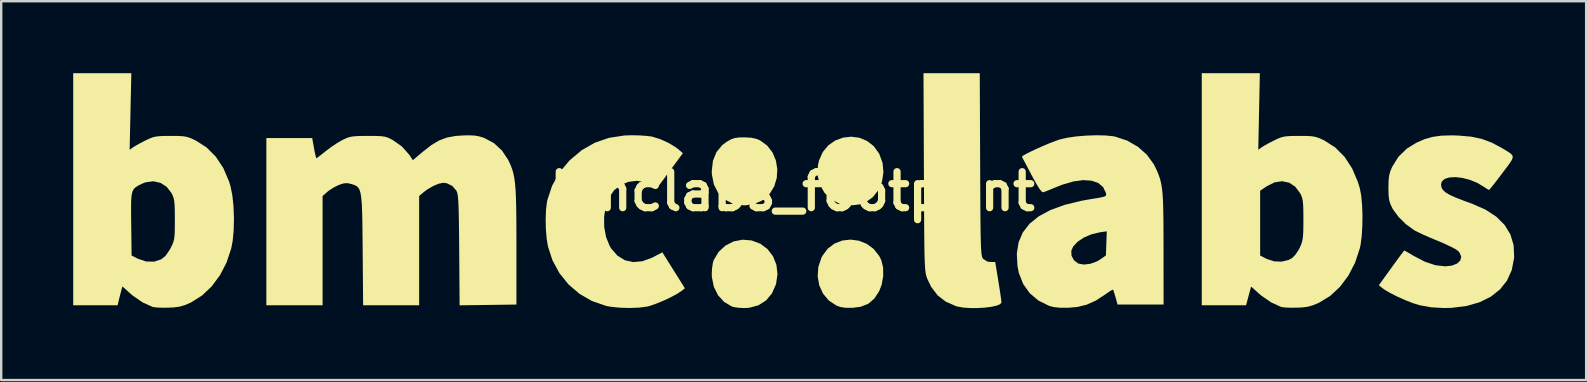
<source format=kicad_pcb>
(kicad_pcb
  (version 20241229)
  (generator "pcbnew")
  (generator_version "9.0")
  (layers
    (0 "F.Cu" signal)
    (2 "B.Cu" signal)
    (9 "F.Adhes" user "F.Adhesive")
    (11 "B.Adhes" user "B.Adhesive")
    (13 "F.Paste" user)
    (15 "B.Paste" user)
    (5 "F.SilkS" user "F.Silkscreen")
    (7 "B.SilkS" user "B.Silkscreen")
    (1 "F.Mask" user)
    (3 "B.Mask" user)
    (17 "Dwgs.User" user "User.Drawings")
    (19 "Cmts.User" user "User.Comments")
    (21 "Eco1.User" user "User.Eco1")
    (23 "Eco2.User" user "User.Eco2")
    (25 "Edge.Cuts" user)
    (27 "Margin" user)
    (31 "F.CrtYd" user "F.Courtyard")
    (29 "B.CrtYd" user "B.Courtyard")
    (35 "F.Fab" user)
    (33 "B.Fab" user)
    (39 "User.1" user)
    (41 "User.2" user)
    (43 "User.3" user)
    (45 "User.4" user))
  (footprint "bmclabs_footprint"
    (layer "F.Cu")
    (at 29.964 4.924)
    (property "Reference" "bmclabs_footprint" (at 0 0 0) (layer "F.SilkS") (effects (font (size 1.5 1.5) (thickness 0.3))))
    (attr board_only exclude_from_pos_files exclude_from_bom)
    (fp_poly (pts (xy 2.786 -2.235) (xy 3.106 -2.104) (xy 3.387 -1.886) (xy 3.61 -1.578) (xy 3.615 -1.568) (xy 3.755 -1.187) (xy 3.791 -0.793) (xy 3.732 -0.41) (xy 3.582 -0.058) (xy 3.348 0.24) (xy 3.039 0.463) (xy 2.804 0.54) (xy 2.51 0.577) (xy 2.212 0.57) (xy 1.966 0.518) (xy 1.609 0.326) (xy 1.332 0.054) (xy 1.143 -0.281) (xy 1.049 -0.661) (xy 1.06 -1.072) (xy 1.108 -1.29) (xy 1.265 -1.642) (xy 1.496 -1.92) (xy 1.782 -2.12) (xy 2.105 -2.24) (xy 2.446 -2.279)) (stroke (width 0) (type solid)) (fill yes) (layer "F.SilkS"))
    (fp_poly (pts (xy 2.766 2.054) (xy 3.093 2.184) (xy 3.382 2.396) (xy 3.614 2.689) (xy 3.702 2.865) (xy 3.777 3.169) (xy 3.782 3.523) (xy 3.719 3.879) (xy 3.618 4.147) (xy 3.411 4.466) (xy 3.158 4.682) (xy 2.84 4.807) (xy 2.503 4.85) (xy 2.212 4.849) (xy 1.994 4.815) (xy 1.831 4.755) (xy 1.514 4.545) (xy 1.275 4.259) (xy 1.118 3.917) (xy 1.051 3.54) (xy 1.079 3.148) (xy 1.208 2.761) (xy 1.244 2.69) (xy 1.469 2.387) (xy 1.753 2.173) (xy 2.076 2.047) (xy 2.421 2.008)) (stroke (width 0) (type solid)) (fill yes) (layer "F.SilkS"))
    (fp_poly (pts (xy -1.702 2.043) (xy -1.335 2.181) (xy -1.034 2.408) (xy -0.808 2.707) (xy -0.668 3.058) (xy -0.623 3.446) (xy -0.682 3.853) (xy -0.686 3.867) (xy -0.852 4.247) (xy -1.099 4.542) (xy -1.418 4.745) (xy -1.799 4.848) (xy -2.016 4.86) (xy -2.237 4.848) (xy -2.431 4.821) (xy -2.52 4.797) (xy -2.846 4.605) (xy -3.1 4.326) (xy -3.274 3.977) (xy -3.357 3.573) (xy -3.362 3.436) (xy -3.349 3.199) (xy -3.315 2.981) (xy -3.282 2.865) (xy -3.077 2.523) (xy -2.795 2.259) (xy -2.455 2.085) (xy -2.077 2.012)) (stroke (width 0) (type solid)) (fill yes) (layer "F.SilkS"))
    (fp_poly (pts (xy -1.717 -2.237) (xy -1.489 -2.186) (xy -1.351 -2.126) (xy -1.05 -1.907) (xy -0.829 -1.619) (xy -0.689 -1.284) (xy -0.63 -0.924) (xy -0.653 -0.559) (xy -0.759 -0.211) (xy -0.947 0.099) (xy -1.219 0.348) (xy -1.29 0.393) (xy -1.603 0.522) (xy -1.956 0.581) (xy -2.3 0.565) (xy -2.481 0.517) (xy -2.832 0.328) (xy -3.098 0.056) (xy -3.274 -0.29) (xy -3.356 -0.704) (xy -3.361 -0.849) (xy -3.312 -1.275) (xy -3.165 -1.638) (xy -2.921 -1.933) (xy -2.734 -2.071) (xy -2.554 -2.171) (xy -2.392 -2.226) (xy -2.197 -2.249) (xy -2.016 -2.252)) (stroke (width 0) (type solid)) (fill yes) (layer "F.SilkS"))
    (fp_poly (pts (xy 7.82 -1.117) (xy 7.823 -0.346) (xy 7.827 0.314) (xy 7.83 0.871) (xy 7.834 1.336) (xy 7.839 1.717) (xy 7.846 2.022) (xy 7.853 2.261) (xy 7.863 2.443) (xy 7.874 2.577) (xy 7.888 2.672) (xy 7.904 2.736) (xy 7.923 2.78) (xy 7.946 2.811) (xy 7.951 2.816) (xy 8.119 2.921) (xy 8.257 2.942) (xy 8.448 2.942) (xy 8.579 3.738) (xy 8.627 4.04) (xy 8.667 4.304) (xy 8.695 4.505) (xy 8.708 4.618) (xy 8.708 4.628) (xy 8.651 4.7) (xy 8.498 4.762) (xy 8.272 4.81) (xy 7.996 4.844) (xy 7.694 4.861) (xy 7.389 4.859) (xy 7.104 4.838) (xy 6.864 4.794) (xy 6.815 4.78) (xy 6.389 4.594) (xy 6.047 4.329) (xy 5.779 3.976) (xy 5.63 3.668) (xy 5.604 3.601) (xy 5.581 3.535) (xy 5.561 3.461) (xy 5.545 3.369) (xy 5.531 3.251) (xy 5.52 3.097) (xy 5.511 2.899) (xy 5.503 2.647) (xy 5.497 2.333) (xy 5.492 1.947) (xy 5.488 1.481) (xy 5.485 0.924) (xy 5.482 0.269) (xy 5.479 -0.494) (xy 5.477 -0.796) (xy 5.46 -4.924) (xy 6.632 -4.924) (xy 7.804 -4.924)) (stroke (width 0) (type solid)) (fill yes) (layer "F.SilkS"))
    (fp_poly (pts (xy -6.38 -2.333) (xy -6.107 -2.315) (xy -5.891 -2.29) (xy -5.831 -2.278) (xy -5.505 -2.175) (xy -5.168 -2.023) (xy -4.873 -1.846) (xy -4.759 -1.759) (xy -4.565 -1.591) (xy -5.109 -0.855) (xy -5.654 -0.119) (xy -5.815 -0.233) (xy -6.129 -0.388) (xy -6.477 -0.442) (xy -6.83 -0.399) (xy -7.16 -0.263) (xy -7.428 -0.05) (xy -7.637 0.256) (xy -7.777 0.633) (xy -7.846 1.051) (xy -7.842 1.484) (xy -7.765 1.903) (xy -7.612 2.278) (xy -7.547 2.385) (xy -7.286 2.681) (xy -6.979 2.869) (xy -6.632 2.945) (xy -6.253 2.91) (xy -5.849 2.762) (xy -5.807 2.741) (xy -5.42 2.539) (xy -4.951 3.287) (xy -4.481 4.036) (xy -4.627 4.151) (xy -4.812 4.272) (xy -5.073 4.411) (xy -5.373 4.552) (xy -5.673 4.676) (xy -5.935 4.768) (xy -6.053 4.798) (xy -6.381 4.841) (xy -6.777 4.857) (xy -7.188 4.845) (xy -7.565 4.807) (xy -7.77 4.768) (xy -8.349 4.568) (xy -8.871 4.268) (xy -9.327 3.878) (xy -9.706 3.409) (xy -9.997 2.872) (xy -10.183 2.305) (xy -10.239 1.973) (xy -10.272 1.577) (xy -10.281 1.159) (xy -10.266 0.763) (xy -10.226 0.43) (xy -10.211 0.36) (xy -10.012 -0.237) (xy -9.706 -0.787) (xy -9.299 -1.277) (xy -9.283 -1.293) (xy -8.781 -1.715) (xy -8.237 -2.027) (xy -7.645 -2.231) (xy -6.997 -2.33) (xy -6.666 -2.34)) (stroke (width 0) (type solid)) (fill yes) (layer "F.SilkS"))
    (fp_poly (pts (xy 19.44 -3.329) (xy 19.407 -1.735) (xy 19.536 -1.83) (xy 19.655 -1.905) (xy 19.841 -2.008) (xy 20.056 -2.119) (xy 20.056 -2.119) (xy 20.237 -2.204) (xy 20.387 -2.26) (xy 20.542 -2.292) (xy 20.735 -2.307) (xy 21.003 -2.312) (xy 21.108 -2.312) (xy 21.406 -2.31) (xy 21.62 -2.299) (xy 21.783 -2.272) (xy 21.932 -2.225) (xy 22.101 -2.149) (xy 22.164 -2.118) (xy 22.616 -1.829) (xy 23 -1.442) (xy 23.316 -0.96) (xy 23.56 -0.385) (xy 23.64 -0.12) (xy 23.697 0.182) (xy 23.732 0.567) (xy 23.748 0.999) (xy 23.742 1.444) (xy 23.716 1.865) (xy 23.669 2.227) (xy 23.638 2.37) (xy 23.44 2.969) (xy 23.161 3.508) (xy 22.812 3.974) (xy 22.403 4.354) (xy 21.944 4.634) (xy 21.941 4.636) (xy 21.698 4.739) (xy 21.485 4.801) (xy 21.248 4.833) (xy 21.018 4.844) (xy 20.762 4.846) (xy 20.537 4.837) (xy 20.382 4.818) (xy 20.356 4.811) (xy 19.946 4.625) (xy 19.537 4.344) (xy 19.414 4.239) (xy 19.108 3.964) (xy 19.003 4.354) (xy 18.897 4.744) (xy 17.975 4.744) (xy 17.053 4.744) (xy 17.053 2.672) (xy 19.485 2.672) (xy 19.756 2.811) (xy 20.061 2.913) (xy 20.381 2.926) (xy 20.678 2.853) (xy 20.819 2.775) (xy 20.947 2.646) (xy 21.078 2.455) (xy 21.144 2.329) (xy 21.202 2.189) (xy 21.242 2.054) (xy 21.267 1.898) (xy 21.281 1.693) (xy 21.286 1.413) (xy 21.287 1.171) (xy 21.285 0.828) (xy 21.278 0.581) (xy 21.262 0.403) (xy 21.234 0.27) (xy 21.192 0.157) (xy 21.149 0.073) (xy 20.947 -0.196) (xy 20.693 -0.363) (xy 20.4 -0.425) (xy 20.087 -0.377) (xy 19.777 -0.225) (xy 19.485 -0.03) (xy 19.485 1.321) (xy 19.485 2.672) (xy 17.053 2.672) (xy 17.053 -0.09) (xy 17.053 -4.924) (xy 18.263 -4.924) (xy 19.473 -4.924)) (stroke (width 0) (type solid)) (fill yes) (layer "F.SilkS"))
    (fp_poly (pts (xy -27.578 -3.328) (xy -27.613 -1.733) (xy -27.482 -1.829) (xy -27.363 -1.904) (xy -27.176 -2.008) (xy -26.961 -2.119) (xy -26.78 -2.204) (xy -26.63 -2.26) (xy -26.475 -2.292) (xy -26.282 -2.307) (xy -26.014 -2.312) (xy -25.909 -2.312) (xy -25.61 -2.31) (xy -25.397 -2.299) (xy -25.234 -2.272) (xy -25.085 -2.225) (xy -24.918 -2.149) (xy -24.858 -2.12) (xy -24.409 -1.832) (xy -24.024 -1.447) (xy -23.709 -0.971) (xy -23.471 -0.413) (xy -23.413 -0.224) (xy -23.335 0.16) (xy -23.286 0.621) (xy -23.267 1.118) (xy -23.278 1.613) (xy -23.321 2.065) (xy -23.379 2.372) (xy -23.574 2.959) (xy -23.85 3.492) (xy -24.195 3.957) (xy -24.597 4.338) (xy -25.045 4.62) (xy -25.076 4.636) (xy -25.319 4.739) (xy -25.532 4.801) (xy -25.769 4.833) (xy -25.999 4.844) (xy -26.255 4.846) (xy -26.48 4.837) (xy -26.635 4.818) (xy -26.661 4.811) (xy -27.073 4.624) (xy -27.485 4.34) (xy -27.607 4.235) (xy -27.916 3.958) (xy -27.976 4.185) (xy -28.027 4.384) (xy -28.072 4.564) (xy -28.075 4.579) (xy -28.115 4.744) (xy -29.039 4.744) (xy -29.964 4.744) (xy -29.964 0.665) (xy -27.554 0.665) (xy -27.552 1.046) (xy -27.548 1.357) (xy -27.532 2.672) (xy -27.264 2.807) (xy -26.928 2.92) (xy -26.595 2.927) (xy -26.3 2.831) (xy -26.118 2.685) (xy -25.95 2.443) (xy -25.91 2.37) (xy -25.839 2.226) (xy -25.789 2.102) (xy -25.758 1.972) (xy -25.74 1.809) (xy -25.732 1.586) (xy -25.73 1.277) (xy -25.73 1.175) (xy -25.732 0.832) (xy -25.739 0.583) (xy -25.755 0.405) (xy -25.782 0.272) (xy -25.825 0.159) (xy -25.868 0.073) (xy -26.069 -0.19) (xy -26.33 -0.357) (xy -26.63 -0.422) (xy -26.95 -0.379) (xy -27.129 -0.307) (xy -27.266 -0.236) (xy -27.37 -0.169) (xy -27.447 -0.091) (xy -27.499 0.016) (xy -27.532 0.166) (xy -27.549 0.377) (xy -27.554 0.665) (xy -29.964 0.665) (xy -29.964 -0.09) (xy -29.964 -4.924) (xy -28.753 -4.924) (xy -27.543 -4.924)) (stroke (width 0) (type solid)) (fill yes) (layer "F.SilkS"))
    (fp_poly (pts (xy -13.23 -2.325) (xy -13.043 -2.291) (xy -12.847 -2.228) (xy -12.826 -2.22) (xy -12.435 -2.01) (xy -12.102 -1.703) (xy -11.843 -1.315) (xy -11.815 -1.257) (xy -11.741 -1.093) (xy -11.679 -0.932) (xy -11.629 -0.761) (xy -11.589 -0.568) (xy -11.558 -0.341) (xy -11.535 -0.066) (xy -11.519 0.268) (xy -11.508 0.675) (xy -11.502 1.168) (xy -11.5 1.758) (xy -11.499 2.282) (xy -11.499 4.714) (xy -12.682 4.73) (xy -13.866 4.746) (xy -13.883 2.448) (xy -13.888 1.852) (xy -13.894 1.364) (xy -13.901 0.973) (xy -13.909 0.665) (xy -13.919 0.431) (xy -13.933 0.257) (xy -13.949 0.131) (xy -13.97 0.043) (xy -13.995 -0.021) (xy -14.002 -0.033) (xy -14.17 -0.227) (xy -14.4 -0.34) (xy -14.549 -0.359) (xy -14.735 -0.321) (xy -14.968 -0.223) (xy -15.206 -0.086) (xy -15.357 0.026) (xy -15.552 0.191) (xy -15.552 2.467) (xy -15.552 4.744) (xy -16.719 4.744) (xy -17.886 4.744) (xy -17.905 2.447) (xy -17.911 1.818) (xy -17.917 1.298) (xy -17.926 0.876) (xy -17.94 0.542) (xy -17.961 0.283) (xy -17.99 0.089) (xy -18.029 -0.051) (xy -18.081 -0.148) (xy -18.146 -0.214) (xy -18.228 -0.258) (xy -18.327 -0.293) (xy -18.373 -0.307) (xy -18.545 -0.345) (xy -18.699 -0.333) (xy -18.889 -0.272) (xy -19.108 -0.166) (xy -19.317 -0.03) (xy -19.372 0.014) (xy -19.575 0.193) (xy -19.575 2.468) (xy -19.575 4.744) (xy -20.746 4.744) (xy -21.917 4.744) (xy -21.917 1.261) (xy -21.917 -2.222) (xy -20.962 -2.222) (xy -20.007 -2.222) (xy -19.932 -1.801) (xy -19.892 -1.595) (xy -19.857 -1.446) (xy -19.834 -1.382) (xy -19.833 -1.381) (xy -19.778 -1.416) (xy -19.655 -1.51) (xy -19.487 -1.643) (xy -19.437 -1.683) (xy -19.204 -1.858) (xy -18.952 -2.025) (xy -18.735 -2.149) (xy -18.583 -2.219) (xy -18.446 -2.266) (xy -18.293 -2.293) (xy -18.093 -2.307) (xy -17.815 -2.312) (xy -17.684 -2.312) (xy -17.374 -2.31) (xy -17.154 -2.302) (xy -16.995 -2.282) (xy -16.866 -2.245) (xy -16.738 -2.186) (xy -16.644 -2.135) (xy -16.269 -1.871) (xy -15.962 -1.524) (xy -15.908 -1.444) (xy -15.814 -1.3) (xy -15.403 -1.649) (xy -15.046 -1.927) (xy -14.723 -2.121) (xy -14.396 -2.243) (xy -14.033 -2.31) (xy -13.751 -2.33) (xy -13.452 -2.337)) (stroke (width 0) (type solid)) (fill yes) (layer "F.SilkS"))
    (fp_poly (pts (xy 13.065 -2.329) (xy 13.383 -2.295) (xy 13.442 -2.283) (xy 13.939 -2.119) (xy 14.385 -1.864) (xy 14.762 -1.533) (xy 15.05 -1.138) (xy 15.119 -1.005) (xy 15.201 -0.826) (xy 15.268 -0.659) (xy 15.323 -0.491) (xy 15.366 -0.308) (xy 15.399 -0.097) (xy 15.423 0.155) (xy 15.44 0.463) (xy 15.45 0.84) (xy 15.457 1.299) (xy 15.459 1.854) (xy 15.46 2.372) (xy 15.462 4.714) (xy 14.503 4.714) (xy 13.545 4.714) (xy 13.461 4.413) (xy 13.41 4.24) (xy 13.37 4.121) (xy 13.357 4.091) (xy 13.302 4.112) (xy 13.18 4.188) (xy 13.04 4.287) (xy 12.638 4.549) (xy 12.257 4.72) (xy 11.858 4.816) (xy 11.499 4.847) (xy 11.14 4.846) (xy 10.867 4.816) (xy 10.694 4.769) (xy 10.249 4.548) (xy 9.888 4.243) (xy 9.614 3.859) (xy 9.434 3.403) (xy 9.375 3.11) (xy 9.348 2.591) (xy 9.366 2.473) (xy 11.617 2.473) (xy 11.627 2.681) (xy 11.731 2.872) (xy 11.905 3.004) (xy 11.908 3.005) (xy 12.138 3.048) (xy 12.412 3.016) (xy 12.684 2.917) (xy 12.812 2.841) (xy 13.06 2.667) (xy 13.078 2.166) (xy 13.095 1.664) (xy 12.817 1.702) (xy 12.466 1.784) (xy 12.146 1.92) (xy 11.882 2.095) (xy 11.696 2.295) (xy 11.617 2.473) (xy 9.366 2.473) (xy 9.421 2.126) (xy 9.596 1.713) (xy 9.874 1.352) (xy 10.257 1.041) (xy 10.746 0.777) (xy 11.344 0.56) (xy 12.051 0.388) (xy 12.418 0.324) (xy 12.71 0.277) (xy 12.902 0.24) (xy 13.013 0.208) (xy 13.063 0.17) (xy 13.071 0.121) (xy 13.059 0.063) (xy 12.943 -0.18) (xy 12.74 -0.35) (xy 12.46 -0.447) (xy 12.113 -0.47) (xy 11.708 -0.416) (xy 11.256 -0.284) (xy 11.075 -0.214) (xy 10.833 -0.115) (xy 10.628 -0.032) (xy 10.487 0.023) (xy 10.448 0.037) (xy 10.39 0.014) (xy 10.303 -0.09) (xy 10.182 -0.283) (xy 10.019 -0.575) (xy 9.968 -0.671) (xy 9.825 -0.941) (xy 9.704 -1.172) (xy 9.613 -1.343) (xy 9.566 -1.435) (xy 9.561 -1.444) (xy 9.603 -1.486) (xy 9.735 -1.562) (xy 9.934 -1.662) (xy 10.177 -1.776) (xy 10.443 -1.894) (xy 10.709 -2.006) (xy 10.953 -2.101) (xy 11.139 -2.165) (xy 11.446 -2.236) (xy 11.829 -2.291) (xy 12.251 -2.325) (xy 12.675 -2.339)) (stroke (width 0) (type solid)) (fill yes) (layer "F.SilkS"))
    (fp_poly (pts (xy 27.74 -2.327) (xy 28.266 -2.282) (xy 28.719 -2.187) (xy 29.139 -2.03) (xy 29.558 -1.805) (xy 29.772 -1.677) (xy 29.918 -1.581) (xy 29.997 -1.496) (xy 30.008 -1.401) (xy 29.951 -1.275) (xy 29.828 -1.097) (xy 29.638 -0.845) (xy 29.571 -0.756) (xy 29.384 -0.509) (xy 29.222 -0.301) (xy 29.1 -0.148) (xy 29.03 -0.068) (xy 29.02 -0.06) (xy 28.957 -0.092) (xy 28.838 -0.169) (xy 28.808 -0.19) (xy 28.527 -0.357) (xy 28.223 -0.481) (xy 27.918 -0.561) (xy 27.628 -0.595) (xy 27.375 -0.582) (xy 27.177 -0.522) (xy 27.054 -0.414) (xy 27.021 -0.293) (xy 27.037 -0.172) (xy 27.094 -0.064) (xy 27.204 0.038) (xy 27.381 0.144) (xy 27.638 0.26) (xy 27.988 0.396) (xy 28.305 0.511) (xy 28.867 0.755) (xy 29.323 1.052) (xy 29.672 1.4) (xy 29.913 1.797) (xy 30.045 2.242) (xy 30.068 2.735) (xy 30.064 2.783) (xy 29.968 3.277) (xy 29.771 3.712) (xy 29.479 4.082) (xy 29.096 4.385) (xy 28.629 4.617) (xy 28.082 4.774) (xy 27.461 4.851) (xy 27.141 4.859) (xy 26.605 4.828) (xy 26.125 4.741) (xy 26.121 4.739) (xy 25.84 4.651) (xy 25.521 4.526) (xy 25.196 4.381) (xy 24.899 4.231) (xy 24.664 4.092) (xy 24.57 4.024) (xy 24.431 3.907) (xy 24.953 3.185) (xy 25.137 2.932) (xy 25.294 2.717) (xy 25.413 2.559) (xy 25.48 2.472) (xy 25.49 2.462) (xy 25.545 2.49) (xy 25.675 2.565) (xy 25.852 2.67) (xy 25.854 2.672) (xy 26.34 2.926) (xy 26.786 3.075) (xy 27.196 3.122) (xy 27.479 3.091) (xy 27.692 3.005) (xy 27.824 2.879) (xy 27.863 2.725) (xy 27.798 2.558) (xy 27.723 2.473) (xy 27.616 2.401) (xy 27.422 2.3) (xy 27.17 2.181) (xy 26.884 2.059) (xy 26.85 2.045) (xy 26.552 1.921) (xy 26.274 1.799) (xy 26.047 1.692) (xy 25.899 1.615) (xy 25.893 1.611) (xy 25.551 1.36) (xy 25.249 1.06) (xy 25.02 0.748) (xy 24.99 0.693) (xy 24.91 0.525) (xy 24.862 0.367) (xy 24.838 0.178) (xy 24.83 -0.082) (xy 24.83 -0.15) (xy 24.835 -0.438) (xy 24.857 -0.649) (xy 24.904 -0.828) (xy 24.983 -1.018) (xy 24.989 -1.03) (xy 25.247 -1.444) (xy 25.6 -1.785) (xy 25.993 -2.028) (xy 26.328 -2.174) (xy 26.662 -2.27) (xy 27.029 -2.322) (xy 27.462 -2.335)) (stroke (width 0) (type solid)) (fill yes) (layer "F.SilkS")))
  (gr_rect
    (start -3 -3)
    (end 63.031 12.785)
    (stroke (width 0.1) (type default))
    (fill no)
    (layer "Edge.Cuts")))
</source>
